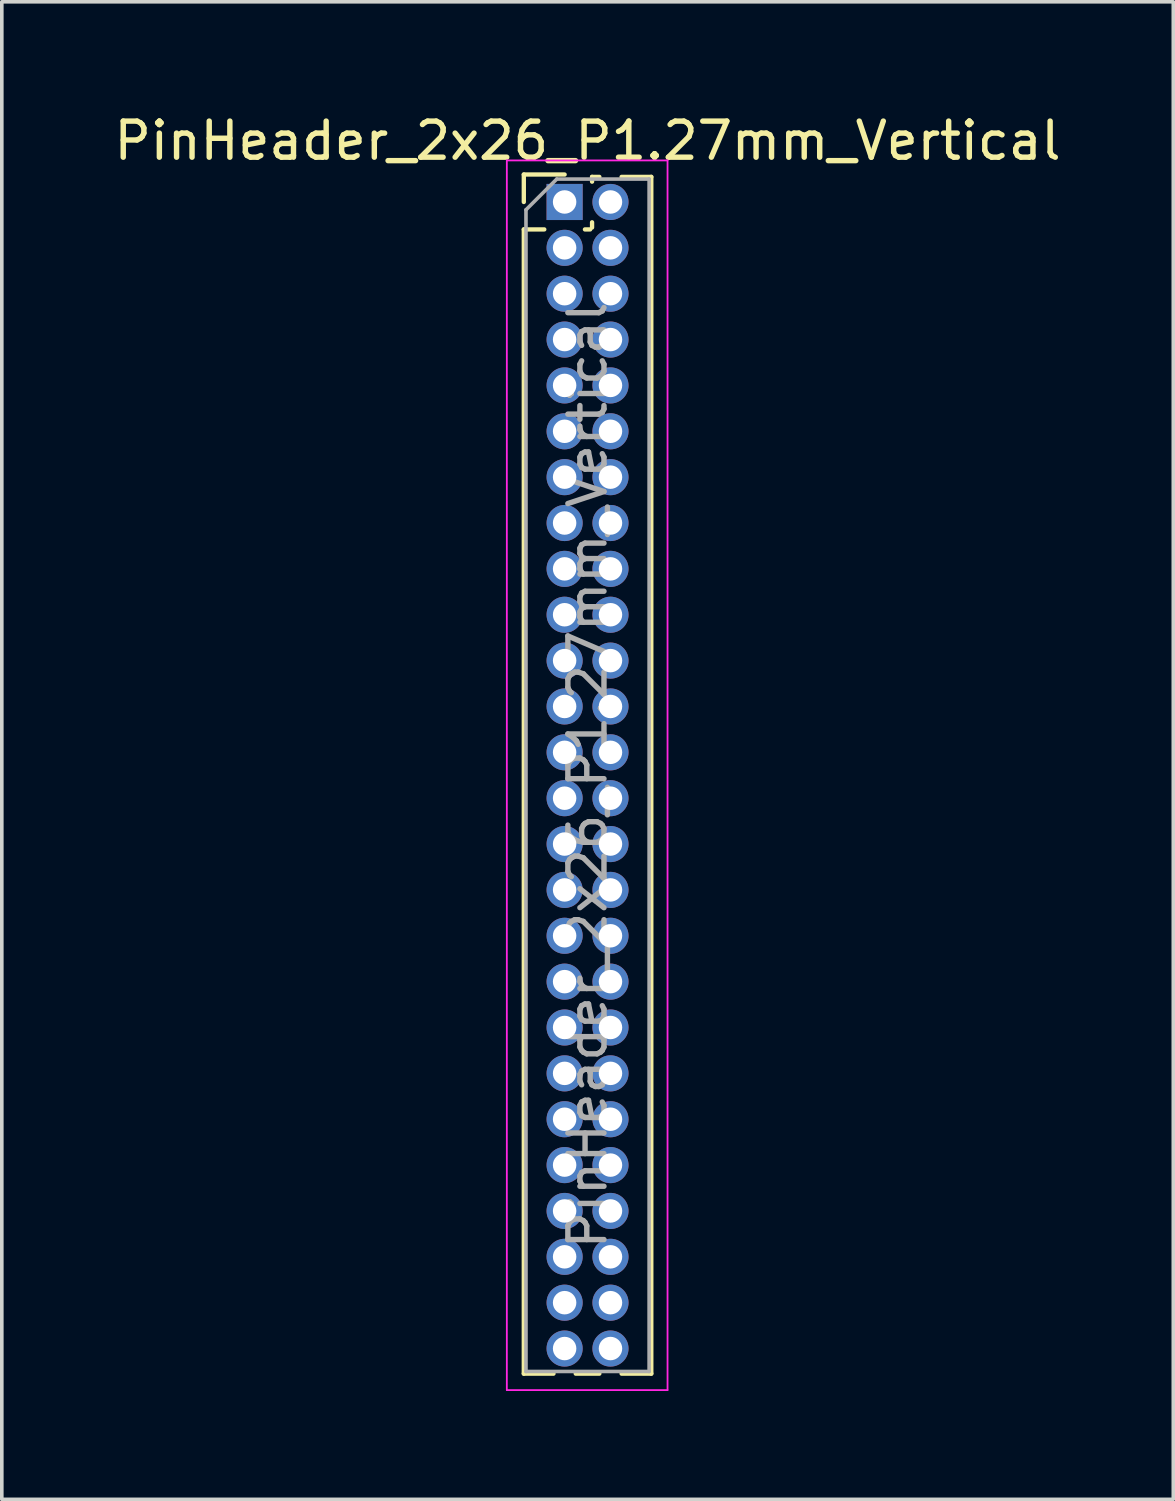
<source format=kicad_pcb>
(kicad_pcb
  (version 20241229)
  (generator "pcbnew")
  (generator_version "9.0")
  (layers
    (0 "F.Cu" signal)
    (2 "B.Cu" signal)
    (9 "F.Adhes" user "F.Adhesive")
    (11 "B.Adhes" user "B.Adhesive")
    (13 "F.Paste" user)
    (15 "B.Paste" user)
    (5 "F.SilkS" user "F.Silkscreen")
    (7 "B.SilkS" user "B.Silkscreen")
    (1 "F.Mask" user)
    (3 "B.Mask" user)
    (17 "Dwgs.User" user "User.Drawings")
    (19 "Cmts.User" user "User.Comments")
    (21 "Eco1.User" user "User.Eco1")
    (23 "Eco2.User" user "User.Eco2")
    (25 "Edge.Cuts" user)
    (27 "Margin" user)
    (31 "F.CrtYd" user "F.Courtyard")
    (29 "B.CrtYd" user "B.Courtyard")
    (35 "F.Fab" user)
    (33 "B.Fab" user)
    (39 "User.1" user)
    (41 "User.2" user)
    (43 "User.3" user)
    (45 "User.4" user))
  (footprint "PinHeader_2x26_P1.27mm_Vertical"
    (layer "F.Cu")
    (at 12.585 2.543)
    (property "Reference" "PinHeader_2x26_P1.27mm_Vertical" (at 0.635 -1.695 0) (layer "F.SilkS") (effects (font (size 1 1) (thickness 0.15))))
    (attr through_hole)
    (fp_line (start -1.13 -0.76) (end 0 -0.76) (stroke (width 0.12) (type solid)) (layer "F.SilkS"))
    (fp_line (start -1.13 0) (end -1.13 -0.76) (stroke (width 0.12) (type solid)) (layer "F.SilkS"))
    (fp_line (start -1.13 0.76) (end -1.13 32.445) (stroke (width 0.12) (type solid)) (layer "F.SilkS"))
    (fp_line (start -1.13 0.76) (end -0.563 0.76) (stroke (width 0.12) (type solid)) (layer "F.SilkS"))
    (fp_line (start -1.13 32.445) (end -0.308 32.445) (stroke (width 0.12) (type solid)) (layer "F.SilkS"))
    (fp_line (start 0.308 32.445) (end 0.962 32.445) (stroke (width 0.12) (type solid)) (layer "F.SilkS"))
    (fp_line (start 0.563 0.76) (end 0.707 0.76) (stroke (width 0.12) (type solid)) (layer "F.SilkS"))
    (fp_line (start 0.76 -0.695) (end 0.962 -0.695) (stroke (width 0.12) (type solid)) (layer "F.SilkS"))
    (fp_line (start 0.76 -0.563) (end 0.76 -0.695) (stroke (width 0.12) (type solid)) (layer "F.SilkS"))
    (fp_line (start 0.76 0.707) (end 0.76 0.563) (stroke (width 0.12) (type solid)) (layer "F.SilkS"))
    (fp_line (start 1.578 -0.695) (end 2.4 -0.695) (stroke (width 0.12) (type solid)) (layer "F.SilkS"))
    (fp_line (start 1.578 32.445) (end 2.4 32.445) (stroke (width 0.12) (type solid)) (layer "F.SilkS"))
    (fp_line (start 2.4 -0.695) (end 2.4 32.445) (stroke (width 0.12) (type solid)) (layer "F.SilkS"))
    (fp_line (start -1.6 -1.15) (end -1.6 32.9) (stroke (width 0.05) (type solid)) (layer "F.CrtYd"))
    (fp_line (start -1.6 32.9) (end 2.85 32.9) (stroke (width 0.05) (type solid)) (layer "F.CrtYd"))
    (fp_line (start 2.85 -1.15) (end -1.6 -1.15) (stroke (width 0.05) (type solid)) (layer "F.CrtYd"))
    (fp_line (start 2.85 32.9) (end 2.85 -1.15) (stroke (width 0.05) (type solid)) (layer "F.CrtYd"))
    (fp_line (start -1.07 0.217) (end -0.217 -0.635) (stroke (width 0.1) (type solid)) (layer "F.Fab"))
    (fp_line (start -1.07 32.385) (end -1.07 0.217) (stroke (width 0.1) (type solid)) (layer "F.Fab"))
    (fp_line (start -0.217 -0.635) (end 2.34 -0.635) (stroke (width 0.1) (type solid)) (layer "F.Fab"))
    (fp_line (start 2.34 -0.635) (end 2.34 32.385) (stroke (width 0.1) (type solid)) (layer "F.Fab"))
    (fp_line (start 2.34 32.385) (end -1.07 32.385) (stroke (width 0.1) (type solid)) (layer "F.Fab"))
    (fp_text user "${REFERENCE}" (at 0.635 15.875 90) (layer "F.Fab") (effects (font (size 1 1) (thickness 0.15))))
    (pad "1" thru_hole rect (at 0 0) (size 1 1) (drill 0.65) (layers "*.Cu" "*.Mask"))
    (pad "2" thru_hole oval (at 1.27 0) (size 1 1) (drill 0.65) (layers "*.Cu" "*.Mask"))
    (pad "3" thru_hole oval (at 0 1.27) (size 1 1) (drill 0.65) (layers "*.Cu" "*.Mask"))
    (pad "4" thru_hole oval (at 1.27 1.27) (size 1 1) (drill 0.65) (layers "*.Cu" "*.Mask"))
    (pad "5" thru_hole oval (at 0 2.54) (size 1 1) (drill 0.65) (layers "*.Cu" "*.Mask"))
    (pad "6" thru_hole oval (at 1.27 2.54) (size 1 1) (drill 0.65) (layers "*.Cu" "*.Mask"))
    (pad "7" thru_hole oval (at 0 3.81) (size 1 1) (drill 0.65) (layers "*.Cu" "*.Mask"))
    (pad "8" thru_hole oval (at 1.27 3.81) (size 1 1) (drill 0.65) (layers "*.Cu" "*.Mask"))
    (pad "9" thru_hole oval (at 0 5.08) (size 1 1) (drill 0.65) (layers "*.Cu" "*.Mask"))
    (pad "10" thru_hole oval (at 1.27 5.08) (size 1 1) (drill 0.65) (layers "*.Cu" "*.Mask"))
    (pad "11" thru_hole oval (at 0 6.35) (size 1 1) (drill 0.65) (layers "*.Cu" "*.Mask"))
    (pad "12" thru_hole oval (at 1.27 6.35) (size 1 1) (drill 0.65) (layers "*.Cu" "*.Mask"))
    (pad "13" thru_hole oval (at 0 7.62) (size 1 1) (drill 0.65) (layers "*.Cu" "*.Mask"))
    (pad "14" thru_hole oval (at 1.27 7.62) (size 1 1) (drill 0.65) (layers "*.Cu" "*.Mask"))
    (pad "15" thru_hole oval (at 0 8.89) (size 1 1) (drill 0.65) (layers "*.Cu" "*.Mask"))
    (pad "16" thru_hole oval (at 1.27 8.89) (size 1 1) (drill 0.65) (layers "*.Cu" "*.Mask"))
    (pad "17" thru_hole oval (at 0 10.16) (size 1 1) (drill 0.65) (layers "*.Cu" "*.Mask"))
    (pad "18" thru_hole oval (at 1.27 10.16) (size 1 1) (drill 0.65) (layers "*.Cu" "*.Mask"))
    (pad "19" thru_hole oval (at 0 11.43) (size 1 1) (drill 0.65) (layers "*.Cu" "*.Mask"))
    (pad "20" thru_hole oval (at 1.27 11.43) (size 1 1) (drill 0.65) (layers "*.Cu" "*.Mask"))
    (pad "21" thru_hole oval (at 0 12.7) (size 1 1) (drill 0.65) (layers "*.Cu" "*.Mask"))
    (pad "22" thru_hole oval (at 1.27 12.7) (size 1 1) (drill 0.65) (layers "*.Cu" "*.Mask"))
    (pad "23" thru_hole oval (at 0 13.97) (size 1 1) (drill 0.65) (layers "*.Cu" "*.Mask"))
    (pad "24" thru_hole oval (at 1.27 13.97) (size 1 1) (drill 0.65) (layers "*.Cu" "*.Mask"))
    (pad "25" thru_hole oval (at 0 15.24) (size 1 1) (drill 0.65) (layers "*.Cu" "*.Mask"))
    (pad "26" thru_hole oval (at 1.27 15.24) (size 1 1) (drill 0.65) (layers "*.Cu" "*.Mask"))
    (pad "27" thru_hole oval (at 0 16.51) (size 1 1) (drill 0.65) (layers "*.Cu" "*.Mask"))
    (pad "28" thru_hole oval (at 1.27 16.51) (size 1 1) (drill 0.65) (layers "*.Cu" "*.Mask"))
    (pad "29" thru_hole oval (at 0 17.78) (size 1 1) (drill 0.65) (layers "*.Cu" "*.Mask"))
    (pad "30" thru_hole oval (at 1.27 17.78) (size 1 1) (drill 0.65) (layers "*.Cu" "*.Mask"))
    (pad "31" thru_hole oval (at 0 19.05) (size 1 1) (drill 0.65) (layers "*.Cu" "*.Mask"))
    (pad "32" thru_hole oval (at 1.27 19.05) (size 1 1) (drill 0.65) (layers "*.Cu" "*.Mask"))
    (pad "33" thru_hole oval (at 0 20.32) (size 1 1) (drill 0.65) (layers "*.Cu" "*.Mask"))
    (pad "34" thru_hole oval (at 1.27 20.32) (size 1 1) (drill 0.65) (layers "*.Cu" "*.Mask"))
    (pad "35" thru_hole oval (at 0 21.59) (size 1 1) (drill 0.65) (layers "*.Cu" "*.Mask"))
    (pad "36" thru_hole oval (at 1.27 21.59) (size 1 1) (drill 0.65) (layers "*.Cu" "*.Mask"))
    (pad "37" thru_hole oval (at 0 22.86) (size 1 1) (drill 0.65) (layers "*.Cu" "*.Mask"))
    (pad "38" thru_hole oval (at 1.27 22.86) (size 1 1) (drill 0.65) (layers "*.Cu" "*.Mask"))
    (pad "39" thru_hole oval (at 0 24.13) (size 1 1) (drill 0.65) (layers "*.Cu" "*.Mask"))
    (pad "40" thru_hole oval (at 1.27 24.13) (size 1 1) (drill 0.65) (layers "*.Cu" "*.Mask"))
    (pad "41" thru_hole oval (at 0 25.4) (size 1 1) (drill 0.65) (layers "*.Cu" "*.Mask"))
    (pad "42" thru_hole oval (at 1.27 25.4) (size 1 1) (drill 0.65) (layers "*.Cu" "*.Mask"))
    (pad "43" thru_hole oval (at 0 26.67) (size 1 1) (drill 0.65) (layers "*.Cu" "*.Mask"))
    (pad "44" thru_hole oval (at 1.27 26.67) (size 1 1) (drill 0.65) (layers "*.Cu" "*.Mask"))
    (pad "45" thru_hole oval (at 0 27.94) (size 1 1) (drill 0.65) (layers "*.Cu" "*.Mask"))
    (pad "46" thru_hole oval (at 1.27 27.94) (size 1 1) (drill 0.65) (layers "*.Cu" "*.Mask"))
    (pad "47" thru_hole oval (at 0 29.21) (size 1 1) (drill 0.65) (layers "*.Cu" "*.Mask"))
    (pad "48" thru_hole oval (at 1.27 29.21) (size 1 1) (drill 0.65) (layers "*.Cu" "*.Mask"))
    (pad "49" thru_hole oval (at 0 30.48) (size 1 1) (drill 0.65) (layers "*.Cu" "*.Mask"))
    (pad "50" thru_hole oval (at 1.27 30.48) (size 1 1) (drill 0.65) (layers "*.Cu" "*.Mask"))
    (pad "51" thru_hole oval (at 0 31.75) (size 1 1) (drill 0.65) (layers "*.Cu" "*.Mask"))
    (pad "52" thru_hole oval (at 1.27 31.75) (size 1 1) (drill 0.65) (layers "*.Cu" "*.Mask")))
  (gr_rect
    (start -3 -3)
    (end 29.44 38.468)
    (stroke (width 0.1) (type default))
    (fill no)
    (layer "Edge.Cuts")))
</source>
